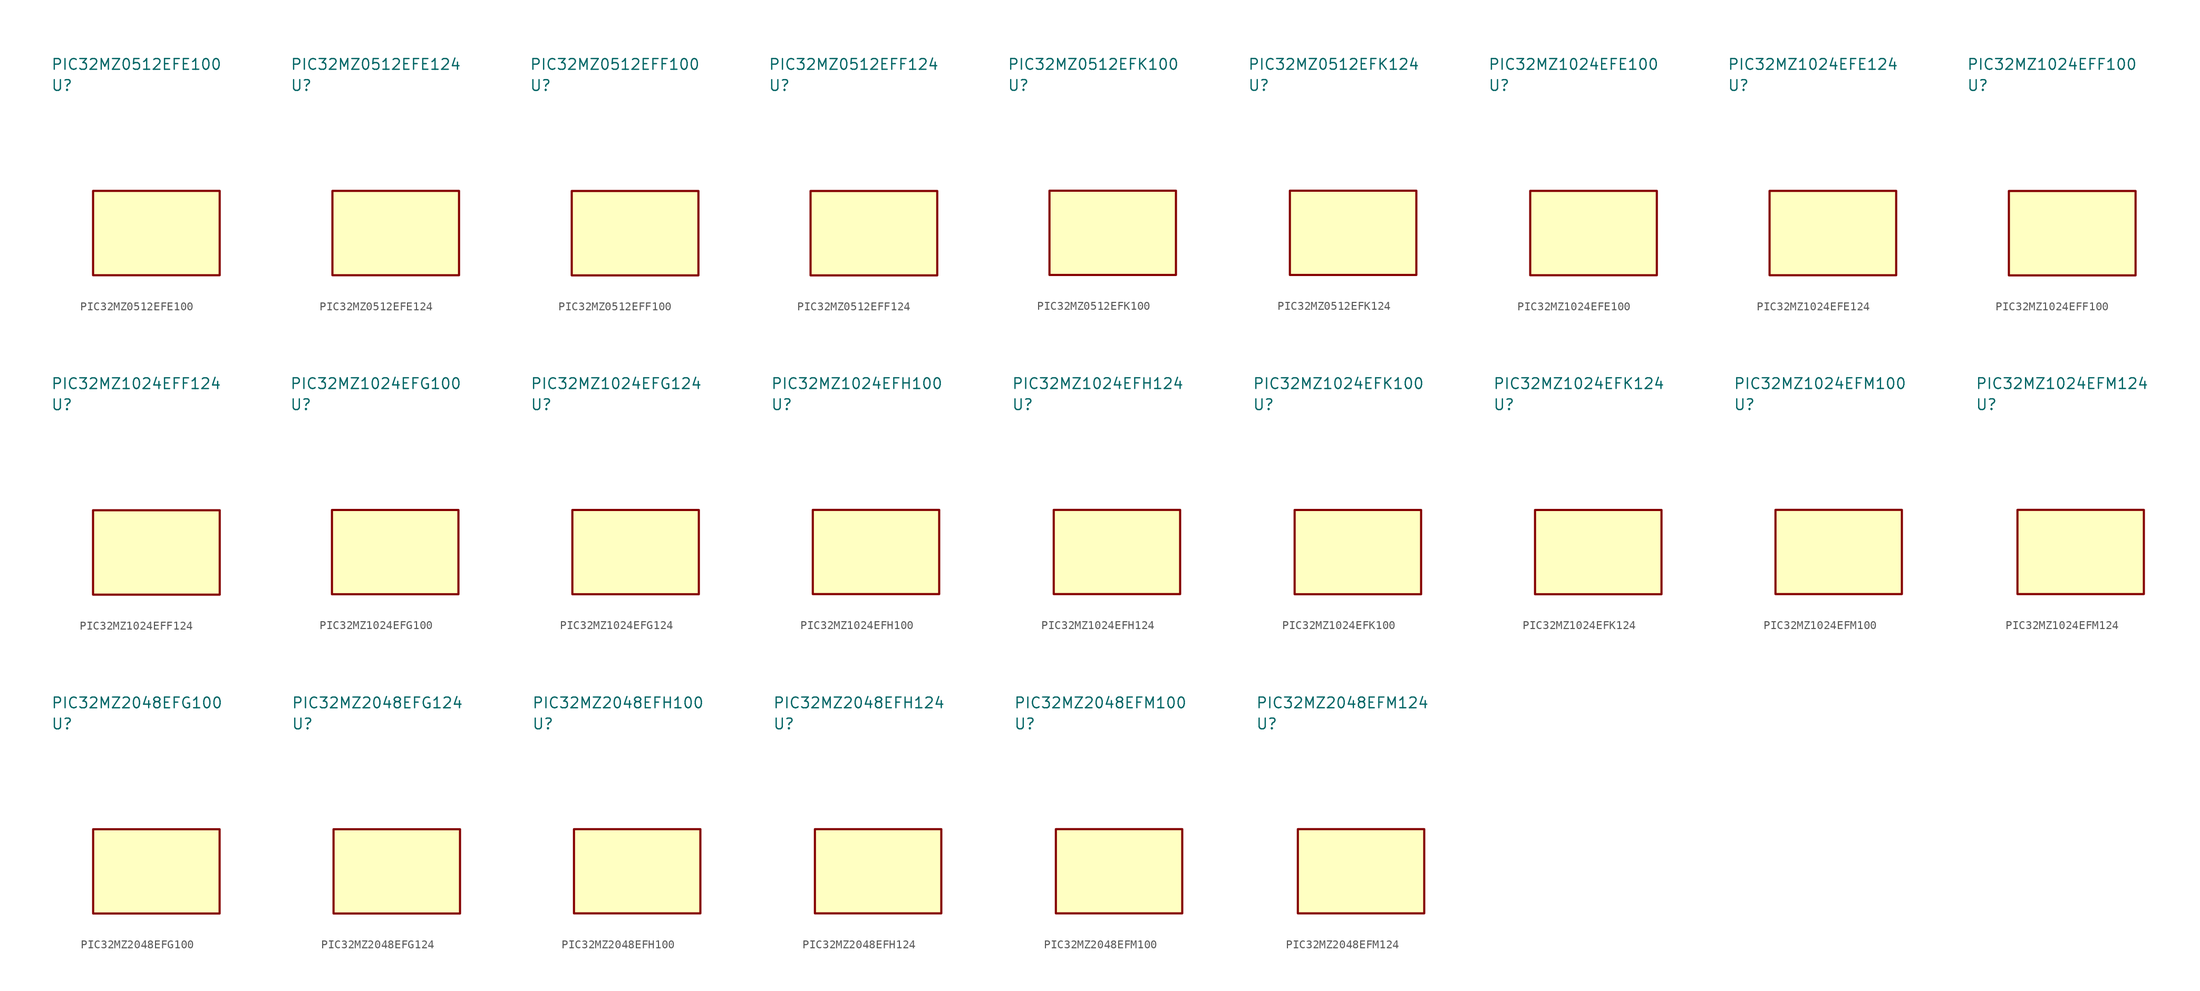
<source format=kicad_sym>
(kicad_symbol_lib
  (version 20241025)
  (generator "kicad_symbol_editor")
  (generator_version "8.0")
  (symbol "PIC32MZ0512EFE100"
    (property "Reference" "U"
      (at -12.5 17.5 0)
      (effects (font (size 1.27 1.27)) (justify left)))
    (property "Value" "PIC32MZ0512EFE100"
      (at -12.5 20.0 0)
      (effects (font (size 1.27 1.27)) (justify left)))
    (symbol "PIC32MZ0512EFE100_0_1"
      (rectangle (start -7.5 5.0) (end 7.5 -5.0) (stroke (width 0.254) (type default)) (fill (type background))))
    (symbol "PIC32MZ0512EFE100_1_1"))
  (symbol "PIC32MZ0512EFE124"
    (property "Reference" "U"
      (at -12.5 17.5 0)
      (effects (font (size 1.27 1.27)) (justify left)))
    (property "Value" "PIC32MZ0512EFE124"
      (at -12.5 20.0 0)
      (effects (font (size 1.27 1.27)) (justify left)))
    (symbol "PIC32MZ0512EFE124_0_1"
      (rectangle (start -7.5 5.0) (end 7.5 -5.0) (stroke (width 0.254) (type default)) (fill (type background))))
    (symbol "PIC32MZ0512EFE124_1_1"))
  (symbol "PIC32MZ0512EFF100"
    (property "Reference" "U"
      (at -12.5 17.5 0)
      (effects (font (size 1.27 1.27)) (justify left)))
    (property "Value" "PIC32MZ0512EFF100"
      (at -12.5 20.0 0)
      (effects (font (size 1.27 1.27)) (justify left)))
    (symbol "PIC32MZ0512EFF100_0_1"
      (rectangle (start -7.5 5.0) (end 7.5 -5.0) (stroke (width 0.254) (type default)) (fill (type background))))
    (symbol "PIC32MZ0512EFF100_1_1"))
  (symbol "PIC32MZ0512EFF124"
    (property "Reference" "U"
      (at -12.5 17.5 0)
      (effects (font (size 1.27 1.27)) (justify left)))
    (property "Value" "PIC32MZ0512EFF124"
      (at -12.5 20.0 0)
      (effects (font (size 1.27 1.27)) (justify left)))
    (symbol "PIC32MZ0512EFF124_0_1"
      (rectangle (start -7.5 5.0) (end 7.5 -5.0) (stroke (width 0.254) (type default)) (fill (type background))))
    (symbol "PIC32MZ0512EFF124_1_1"))
  (symbol "PIC32MZ0512EFK100"
    (property "Reference" "U"
      (at -12.5 17.5 0)
      (effects (font (size 1.27 1.27)) (justify left)))
    (property "Value" "PIC32MZ0512EFK100"
      (at -12.5 20.0 0)
      (effects (font (size 1.27 1.27)) (justify left)))
    (symbol "PIC32MZ0512EFK100_0_1"
      (rectangle (start -7.5 5.0) (end 7.5 -5.0) (stroke (width 0.254) (type default)) (fill (type background))))
    (symbol "PIC32MZ0512EFK100_1_1"))
  (symbol "PIC32MZ0512EFK124"
    (property "Reference" "U"
      (at -12.5 17.5 0)
      (effects (font (size 1.27 1.27)) (justify left)))
    (property "Value" "PIC32MZ0512EFK124"
      (at -12.5 20.0 0)
      (effects (font (size 1.27 1.27)) (justify left)))
    (symbol "PIC32MZ0512EFK124_0_1"
      (rectangle (start -7.5 5.0) (end 7.5 -5.0) (stroke (width 0.254) (type default)) (fill (type background))))
    (symbol "PIC32MZ0512EFK124_1_1"))
  (symbol "PIC32MZ1024EFE100"
    (property "Reference" "U"
      (at -12.5 17.5 0)
      (effects (font (size 1.27 1.27)) (justify left)))
    (property "Value" "PIC32MZ1024EFE100"
      (at -12.5 20.0 0)
      (effects (font (size 1.27 1.27)) (justify left)))
    (symbol "PIC32MZ1024EFE100_0_1"
      (rectangle (start -7.5 5.0) (end 7.5 -5.0) (stroke (width 0.254) (type default)) (fill (type background))))
    (symbol "PIC32MZ1024EFE100_1_1"))
  (symbol "PIC32MZ1024EFE124"
    (property "Reference" "U"
      (at -12.5 17.5 0)
      (effects (font (size 1.27 1.27)) (justify left)))
    (property "Value" "PIC32MZ1024EFE124"
      (at -12.5 20.0 0)
      (effects (font (size 1.27 1.27)) (justify left)))
    (symbol "PIC32MZ1024EFE124_0_1"
      (rectangle (start -7.5 5.0) (end 7.5 -5.0) (stroke (width 0.254) (type default)) (fill (type background))))
    (symbol "PIC32MZ1024EFE124_1_1"))
  (symbol "PIC32MZ1024EFF100"
    (property "Reference" "U"
      (at -12.5 17.5 0)
      (effects (font (size 1.27 1.27)) (justify left)))
    (property "Value" "PIC32MZ1024EFF100"
      (at -12.5 20.0 0)
      (effects (font (size 1.27 1.27)) (justify left)))
    (symbol "PIC32MZ1024EFF100_0_1"
      (rectangle (start -7.5 5.0) (end 7.5 -5.0) (stroke (width 0.254) (type default)) (fill (type background))))
    (symbol "PIC32MZ1024EFF100_1_1"))
  (symbol "PIC32MZ1024EFF124"
    (property "Reference" "U"
      (at -12.5 17.5 0)
      (effects (font (size 1.27 1.27)) (justify left)))
    (property "Value" "PIC32MZ1024EFF124"
      (at -12.5 20.0 0)
      (effects (font (size 1.27 1.27)) (justify left)))
    (symbol "PIC32MZ1024EFF124_0_1"
      (rectangle (start -7.5 5.0) (end 7.5 -5.0) (stroke (width 0.254) (type default)) (fill (type background))))
    (symbol "PIC32MZ1024EFF124_1_1"))
  (symbol "PIC32MZ1024EFG100"
    (property "Reference" "U"
      (at -12.5 17.5 0)
      (effects (font (size 1.27 1.27)) (justify left)))
    (property "Value" "PIC32MZ1024EFG100"
      (at -12.5 20.0 0)
      (effects (font (size 1.27 1.27)) (justify left)))
    (symbol "PIC32MZ1024EFG100_0_1"
      (rectangle (start -7.5 5.0) (end 7.5 -5.0) (stroke (width 0.254) (type default)) (fill (type background))))
    (symbol "PIC32MZ1024EFG100_1_1"))
  (symbol "PIC32MZ1024EFG124"
    (property "Reference" "U"
      (at -12.5 17.5 0)
      (effects (font (size 1.27 1.27)) (justify left)))
    (property "Value" "PIC32MZ1024EFG124"
      (at -12.5 20.0 0)
      (effects (font (size 1.27 1.27)) (justify left)))
    (symbol "PIC32MZ1024EFG124_0_1"
      (rectangle (start -7.5 5.0) (end 7.5 -5.0) (stroke (width 0.254) (type default)) (fill (type background))))
    (symbol "PIC32MZ1024EFG124_1_1"))
  (symbol "PIC32MZ1024EFH100"
    (property "Reference" "U"
      (at -12.5 17.5 0)
      (effects (font (size 1.27 1.27)) (justify left)))
    (property "Value" "PIC32MZ1024EFH100"
      (at -12.5 20.0 0)
      (effects (font (size 1.27 1.27)) (justify left)))
    (symbol "PIC32MZ1024EFH100_0_1"
      (rectangle (start -7.5 5.0) (end 7.5 -5.0) (stroke (width 0.254) (type default)) (fill (type background))))
    (symbol "PIC32MZ1024EFH100_1_1"))
  (symbol "PIC32MZ1024EFH124"
    (property "Reference" "U"
      (at -12.5 17.5 0)
      (effects (font (size 1.27 1.27)) (justify left)))
    (property "Value" "PIC32MZ1024EFH124"
      (at -12.5 20.0 0)
      (effects (font (size 1.27 1.27)) (justify left)))
    (symbol "PIC32MZ1024EFH124_0_1"
      (rectangle (start -7.5 5.0) (end 7.5 -5.0) (stroke (width 0.254) (type default)) (fill (type background))))
    (symbol "PIC32MZ1024EFH124_1_1"))
  (symbol "PIC32MZ1024EFK100"
    (property "Reference" "U"
      (at -12.5 17.5 0)
      (effects (font (size 1.27 1.27)) (justify left)))
    (property "Value" "PIC32MZ1024EFK100"
      (at -12.5 20.0 0)
      (effects (font (size 1.27 1.27)) (justify left)))
    (symbol "PIC32MZ1024EFK100_0_1"
      (rectangle (start -7.5 5.0) (end 7.5 -5.0) (stroke (width 0.254) (type default)) (fill (type background))))
    (symbol "PIC32MZ1024EFK100_1_1"))
  (symbol "PIC32MZ1024EFK124"
    (property "Reference" "U"
      (at -12.5 17.5 0)
      (effects (font (size 1.27 1.27)) (justify left)))
    (property "Value" "PIC32MZ1024EFK124"
      (at -12.5 20.0 0)
      (effects (font (size 1.27 1.27)) (justify left)))
    (symbol "PIC32MZ1024EFK124_0_1"
      (rectangle (start -7.5 5.0) (end 7.5 -5.0) (stroke (width 0.254) (type default)) (fill (type background))))
    (symbol "PIC32MZ1024EFK124_1_1"))
  (symbol "PIC32MZ1024EFM100"
    (property "Reference" "U"
      (at -12.5 17.5 0)
      (effects (font (size 1.27 1.27)) (justify left)))
    (property "Value" "PIC32MZ1024EFM100"
      (at -12.5 20.0 0)
      (effects (font (size 1.27 1.27)) (justify left)))
    (symbol "PIC32MZ1024EFM100_0_1"
      (rectangle (start -7.5 5.0) (end 7.5 -5.0) (stroke (width 0.254) (type default)) (fill (type background))))
    (symbol "PIC32MZ1024EFM100_1_1"))
  (symbol "PIC32MZ1024EFM124"
    (property "Reference" "U"
      (at -12.5 17.5 0)
      (effects (font (size 1.27 1.27)) (justify left)))
    (property "Value" "PIC32MZ1024EFM124"
      (at -12.5 20.0 0)
      (effects (font (size 1.27 1.27)) (justify left)))
    (symbol "PIC32MZ1024EFM124_0_1"
      (rectangle (start -7.5 5.0) (end 7.5 -5.0) (stroke (width 0.254) (type default)) (fill (type background))))
    (symbol "PIC32MZ1024EFM124_1_1"))
  (symbol "PIC32MZ2048EFG100"
    (property "Reference" "U"
      (at -12.5 17.5 0)
      (effects (font (size 1.27 1.27)) (justify left)))
    (property "Value" "PIC32MZ2048EFG100"
      (at -12.5 20.0 0)
      (effects (font (size 1.27 1.27)) (justify left)))
    (symbol "PIC32MZ2048EFG100_0_1"
      (rectangle (start -7.5 5.0) (end 7.5 -5.0) (stroke (width 0.254) (type default)) (fill (type background))))
    (symbol "PIC32MZ2048EFG100_1_1"))
  (symbol "PIC32MZ2048EFG124"
    (property "Reference" "U"
      (at -12.5 17.5 0)
      (effects (font (size 1.27 1.27)) (justify left)))
    (property "Value" "PIC32MZ2048EFG124"
      (at -12.5 20.0 0)
      (effects (font (size 1.27 1.27)) (justify left)))
    (symbol "PIC32MZ2048EFG124_0_1"
      (rectangle (start -7.5 5.0) (end 7.5 -5.0) (stroke (width 0.254) (type default)) (fill (type background))))
    (symbol "PIC32MZ2048EFG124_1_1"))
  (symbol "PIC32MZ2048EFH100"
    (property "Reference" "U"
      (at -12.5 17.5 0)
      (effects (font (size 1.27 1.27)) (justify left)))
    (property "Value" "PIC32MZ2048EFH100"
      (at -12.5 20.0 0)
      (effects (font (size 1.27 1.27)) (justify left)))
    (symbol "PIC32MZ2048EFH100_0_1"
      (rectangle (start -7.5 5.0) (end 7.5 -5.0) (stroke (width 0.254) (type default)) (fill (type background))))
    (symbol "PIC32MZ2048EFH100_1_1"))
  (symbol "PIC32MZ2048EFH124"
    (property "Reference" "U"
      (at -12.5 17.5 0)
      (effects (font (size 1.27 1.27)) (justify left)))
    (property "Value" "PIC32MZ2048EFH124"
      (at -12.5 20.0 0)
      (effects (font (size 1.27 1.27)) (justify left)))
    (symbol "PIC32MZ2048EFH124_0_1"
      (rectangle (start -7.5 5.0) (end 7.5 -5.0) (stroke (width 0.254) (type default)) (fill (type background))))
    (symbol "PIC32MZ2048EFH124_1_1"))
  (symbol "PIC32MZ2048EFM100"
    (property "Reference" "U"
      (at -12.5 17.5 0)
      (effects (font (size 1.27 1.27)) (justify left)))
    (property "Value" "PIC32MZ2048EFM100"
      (at -12.5 20.0 0)
      (effects (font (size 1.27 1.27)) (justify left)))
    (symbol "PIC32MZ2048EFM100_0_1"
      (rectangle (start -7.5 5.0) (end 7.5 -5.0) (stroke (width 0.254) (type default)) (fill (type background))))
    (symbol "PIC32MZ2048EFM100_1_1"))
  (symbol "PIC32MZ2048EFM124"
    (property "Reference" "U"
      (at -12.5 17.5 0)
      (effects (font (size 1.27 1.27)) (justify left)))
    (property "Value" "PIC32MZ2048EFM124"
      (at -12.5 20.0 0)
      (effects (font (size 1.27 1.27)) (justify left)))
    (symbol "PIC32MZ2048EFM124_0_1"
      (rectangle (start -7.5 5.0) (end 7.5 -5.0) (stroke (width 0.254) (type default)) (fill (type background))))
    (symbol "PIC32MZ2048EFM124_1_1")))
</source>
